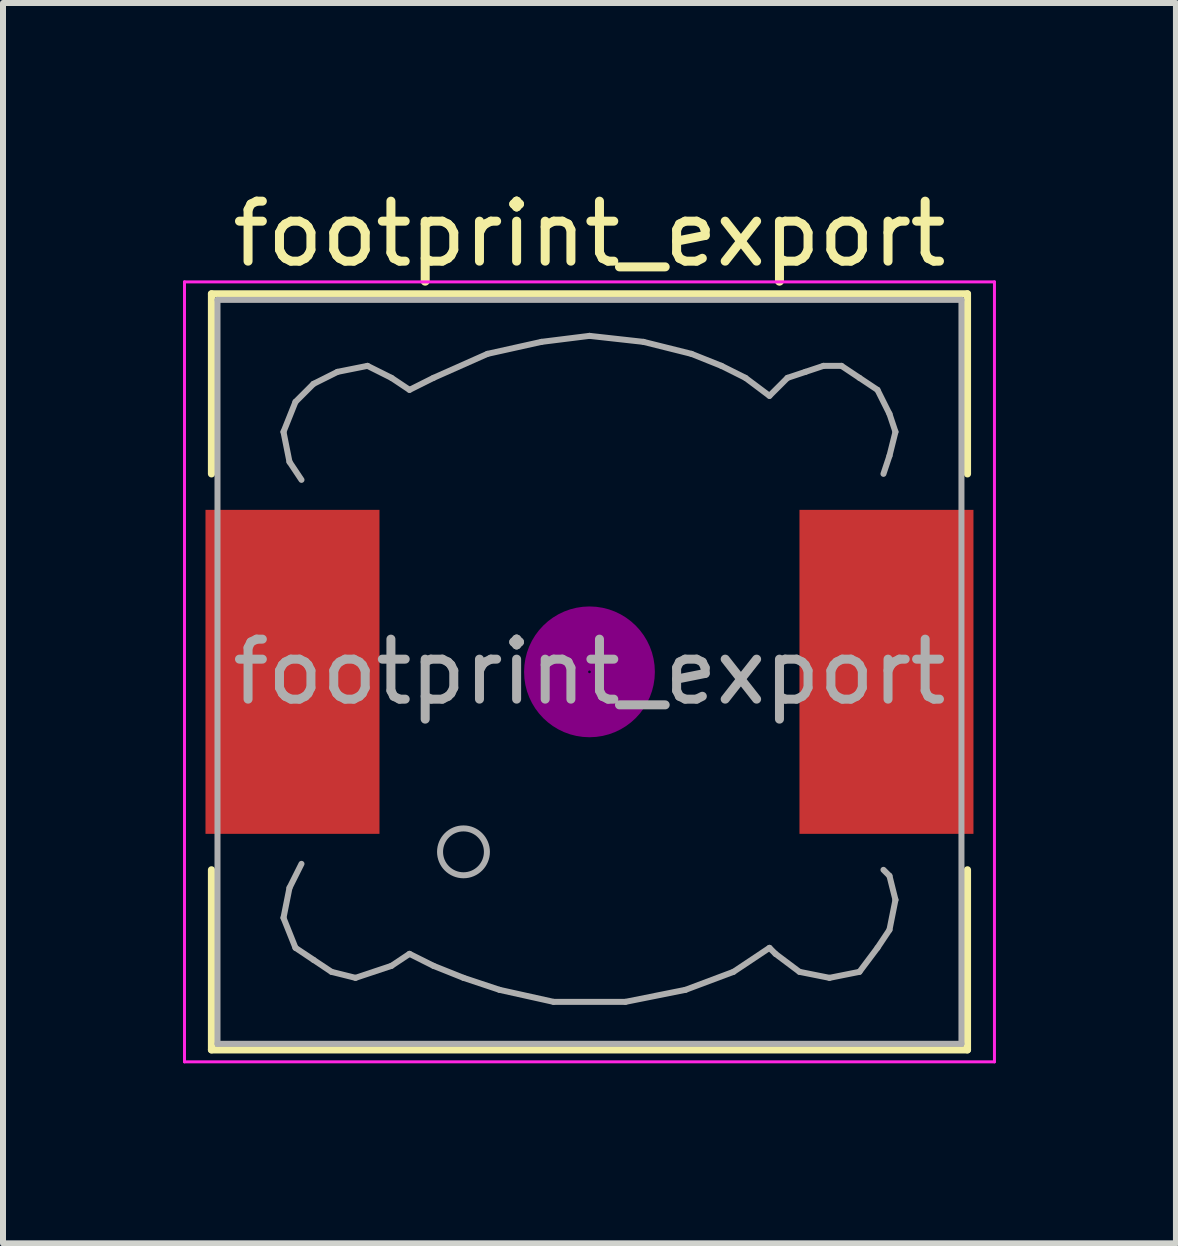
<source format=kicad_pcb>
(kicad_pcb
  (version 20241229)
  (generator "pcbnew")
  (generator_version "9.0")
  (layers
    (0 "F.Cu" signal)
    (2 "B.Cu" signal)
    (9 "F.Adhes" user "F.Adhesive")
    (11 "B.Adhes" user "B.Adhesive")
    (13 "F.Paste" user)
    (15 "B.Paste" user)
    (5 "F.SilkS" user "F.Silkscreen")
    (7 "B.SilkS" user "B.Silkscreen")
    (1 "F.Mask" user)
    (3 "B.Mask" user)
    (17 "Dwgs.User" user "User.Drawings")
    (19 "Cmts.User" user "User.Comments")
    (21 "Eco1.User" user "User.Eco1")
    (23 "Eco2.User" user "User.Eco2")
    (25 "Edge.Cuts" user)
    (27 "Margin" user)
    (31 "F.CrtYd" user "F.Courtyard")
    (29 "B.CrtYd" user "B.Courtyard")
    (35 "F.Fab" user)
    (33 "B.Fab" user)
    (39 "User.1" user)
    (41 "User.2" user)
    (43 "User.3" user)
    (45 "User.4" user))
  (footprint "footprint_export"
    (layer "F.Cu")
    (at 6.775 8.148)
    (property "Reference" "footprint_export" (at 0 -7.3 0) (layer "F.SilkS") (effects (font (size 1 1) (thickness 0.15))))
    (attr smd)
    (fp_line (start -6.3 -6.3) (end 6.3 -6.3) (stroke (width 0.12) (type solid)) (layer "F.SilkS"))
    (fp_line (start -6.3 -3.3) (end -6.3 -6.3) (stroke (width 0.12) (type solid)) (layer "F.SilkS"))
    (fp_line (start -6.3 6.3) (end -6.3 3.3) (stroke (width 0.12) (type solid)) (layer "F.SilkS"))
    (fp_line (start 6.3 -6.3) (end 6.3 -3.3) (stroke (width 0.12) (type solid)) (layer "F.SilkS"))
    (fp_line (start 6.3 3.3) (end 6.3 6.3) (stroke (width 0.12) (type solid)) (layer "F.SilkS"))
    (fp_line (start 6.3 6.3) (end -6.3 6.3) (stroke (width 0.12) (type solid)) (layer "F.SilkS"))
    (fp_circle (center 0 0) (end 0.15 0.15) (stroke (width 0.38) (type solid)) (fill no) (layer "F.Adhes"))
    (fp_circle (center 0 0) (end 0.55 0) (stroke (width 0.38) (type solid)) (fill no) (layer "F.Adhes"))
    (fp_circle (center 0 0) (end 0.9 0) (stroke (width 0.38) (type solid)) (fill no) (layer "F.Adhes"))
    (fp_line (start -6.75 -6.5) (end 6.75 -6.5) (stroke (width 0.05) (type solid)) (layer "F.CrtYd"))
    (fp_line (start -6.75 6.5) (end -6.75 -6.5) (stroke (width 0.05) (type solid)) (layer "F.CrtYd"))
    (fp_line (start 6.75 -6.5) (end 6.75 6.5) (stroke (width 0.05) (type solid)) (layer "F.CrtYd"))
    (fp_line (start 6.75 6.5) (end -6.75 6.5) (stroke (width 0.05) (type solid)) (layer "F.CrtYd"))
    (fp_line (start -6.2 -6.2) (end -6.2 6.2) (stroke (width 0.1) (type solid)) (layer "F.Fab"))
    (fp_line (start -6.2 6.2) (end 6.2 6.2) (stroke (width 0.1) (type solid)) (layer "F.Fab"))
    (fp_line (start -5.1 -4) (end -5 -3.5) (stroke (width 0.1) (type solid)) (layer "F.Fab"))
    (fp_line (start -5.1 4.1) (end -5 3.6) (stroke (width 0.1) (type solid)) (layer "F.Fab"))
    (fp_line (start -5 -3.5) (end -4.8 -3.2) (stroke (width 0.1) (type solid)) (layer "F.Fab"))
    (fp_line (start -5 3.6) (end -4.8 3.2) (stroke (width 0.1) (type solid)) (layer "F.Fab"))
    (fp_line (start -4.9 -4.5) (end -5.1 -4) (stroke (width 0.1) (type solid)) (layer "F.Fab"))
    (fp_line (start -4.9 4.6) (end -5.1 4.1) (stroke (width 0.1) (type solid)) (layer "F.Fab"))
    (fp_line (start -4.6 -4.8) (end -4.9 -4.5) (stroke (width 0.1) (type solid)) (layer "F.Fab"))
    (fp_line (start -4.6 4.8) (end -4.9 4.6) (stroke (width 0.1) (type solid)) (layer "F.Fab"))
    (fp_line (start -4.3 5) (end -4.6 4.8) (stroke (width 0.1) (type solid)) (layer "F.Fab"))
    (fp_line (start -4.2 -5) (end -4.6 -4.8) (stroke (width 0.1) (type solid)) (layer "F.Fab"))
    (fp_line (start -3.9 5.1) (end -4.3 5) (stroke (width 0.1) (type solid)) (layer "F.Fab"))
    (fp_line (start -3.7 -5.1) (end -4.2 -5) (stroke (width 0.1) (type solid)) (layer "F.Fab"))
    (fp_line (start -3.3 -4.9) (end -3.7 -5.1) (stroke (width 0.1) (type solid)) (layer "F.Fab"))
    (fp_line (start -3.3 4.9) (end -3.9 5.1) (stroke (width 0.1) (type solid)) (layer "F.Fab"))
    (fp_line (start -3 -4.7) (end -3.3 -4.9) (stroke (width 0.1) (type solid)) (layer "F.Fab"))
    (fp_line (start -3 4.7) (end -3.3 4.9) (stroke (width 0.1) (type solid)) (layer "F.Fab"))
    (fp_line (start -2.6 -4.9) (end -3 -4.7) (stroke (width 0.1) (type solid)) (layer "F.Fab"))
    (fp_line (start -2.6 4.9) (end -3 4.7) (stroke (width 0.1) (type solid)) (layer "F.Fab"))
    (fp_line (start -2.1 5.1) (end -2.6 4.9) (stroke (width 0.1) (type solid)) (layer "F.Fab"))
    (fp_line (start -1.7 -5.3) (end -2.6 -4.9) (stroke (width 0.1) (type solid)) (layer "F.Fab"))
    (fp_line (start -1.5 5.3) (end -2.1 5.1) (stroke (width 0.1) (type solid)) (layer "F.Fab"))
    (fp_line (start -0.8 -5.5) (end -1.7 -5.3) (stroke (width 0.1) (type solid)) (layer "F.Fab"))
    (fp_line (start -0.6 5.5) (end -1.5 5.3) (stroke (width 0.1) (type solid)) (layer "F.Fab"))
    (fp_line (start 0 -5.6) (end -0.8 -5.5) (stroke (width 0.1) (type solid)) (layer "F.Fab"))
    (fp_line (start 0.6 5.5) (end -0.6 5.5) (stroke (width 0.1) (type solid)) (layer "F.Fab"))
    (fp_line (start 0.9 -5.5) (end 0 -5.6) (stroke (width 0.1) (type solid)) (layer "F.Fab"))
    (fp_line (start 1.6 5.3) (end 0.6 5.5) (stroke (width 0.1) (type solid)) (layer "F.Fab"))
    (fp_line (start 1.7 -5.3) (end 0.9 -5.5) (stroke (width 0.1) (type solid)) (layer "F.Fab"))
    (fp_line (start 2.2 -5.1) (end 1.7 -5.3) (stroke (width 0.1) (type solid)) (layer "F.Fab"))
    (fp_line (start 2.4 5) (end 1.6 5.3) (stroke (width 0.1) (type solid)) (layer "F.Fab"))
    (fp_line (start 2.6 -4.9) (end 2.2 -5.1) (stroke (width 0.1) (type solid)) (layer "F.Fab"))
    (fp_line (start 3 -4.6) (end 2.6 -4.9) (stroke (width 0.1) (type solid)) (layer "F.Fab"))
    (fp_line (start 3 4.6) (end 2.4 5) (stroke (width 0.1) (type solid)) (layer "F.Fab"))
    (fp_line (start 3.1 4.7) (end 3 4.6) (stroke (width 0.1) (type solid)) (layer "F.Fab"))
    (fp_line (start 3.3 -4.9) (end 3 -4.6) (stroke (width 0.1) (type solid)) (layer "F.Fab"))
    (fp_line (start 3.5 5) (end 3.1 4.7) (stroke (width 0.1) (type solid)) (layer "F.Fab"))
    (fp_line (start 3.6 -5) (end 3.3 -4.9) (stroke (width 0.1) (type solid)) (layer "F.Fab"))
    (fp_line (start 3.9 -5.1) (end 3.6 -5) (stroke (width 0.1) (type solid)) (layer "F.Fab"))
    (fp_line (start 4 5.1) (end 3.5 5) (stroke (width 0.1) (type solid)) (layer "F.Fab"))
    (fp_line (start 4.2 -5.1) (end 3.9 -5.1) (stroke (width 0.1) (type solid)) (layer "F.Fab"))
    (fp_line (start 4.5 -4.9) (end 4.2 -5.1) (stroke (width 0.1) (type solid)) (layer "F.Fab"))
    (fp_line (start 4.5 5) (end 4 5.1) (stroke (width 0.1) (type solid)) (layer "F.Fab"))
    (fp_line (start 4.8 -4.7) (end 4.5 -4.9) (stroke (width 0.1) (type solid)) (layer "F.Fab"))
    (fp_line (start 4.8 4.6) (end 4.5 5) (stroke (width 0.1) (type solid)) (layer "F.Fab"))
    (fp_line (start 4.9 -3.3) (end 5 -3.6) (stroke (width 0.1) (type solid)) (layer "F.Fab"))
    (fp_line (start 4.9 3.3) (end 5 3.4) (stroke (width 0.1) (type solid)) (layer "F.Fab"))
    (fp_line (start 5 -4.3) (end 4.8 -4.7) (stroke (width 0.1) (type solid)) (layer "F.Fab"))
    (fp_line (start 5 -3.6) (end 5.1 -4) (stroke (width 0.1) (type solid)) (layer "F.Fab"))
    (fp_line (start 5 3.4) (end 5.1 3.8) (stroke (width 0.1) (type solid)) (layer "F.Fab"))
    (fp_line (start 5 4.3) (end 4.8 4.6) (stroke (width 0.1) (type solid)) (layer "F.Fab"))
    (fp_line (start 5.1 -4) (end 5 -4.3) (stroke (width 0.1) (type solid)) (layer "F.Fab"))
    (fp_line (start 5.1 3.8) (end 5 4.3) (stroke (width 0.1) (type solid)) (layer "F.Fab"))
    (fp_line (start 6.2 -6.2) (end -6.2 -6.2) (stroke (width 0.1) (type solid)) (layer "F.Fab"))
    (fp_line (start 6.2 6.2) (end 6.2 -6.2) (stroke (width 0.1) (type solid)) (layer "F.Fab"))
    (fp_circle (center -2.1 3) (end -1.8 3.25) (stroke (width 0.1) (type solid)) (fill no) (layer "F.Fab"))
    (fp_text user "${REFERENCE}" (at 0 0 0) (layer "F.Fab") (effects (font (size 1 1) (thickness 0.15))))
    (pad "1" smd rect (at -4.95 0) (size 2.9 5.4) (layers "F.Cu" "F.Mask" "F.Paste"))
    (pad "2" smd rect (at 4.95 0) (size 2.9 5.4) (layers "F.Cu" "F.Mask" "F.Paste")))
  (gr_rect
    (start -3 -3)
    (end 16.55 17.673)
    (stroke (width 0.1) (type default))
    (fill no)
    (layer "Edge.Cuts")))
</source>
